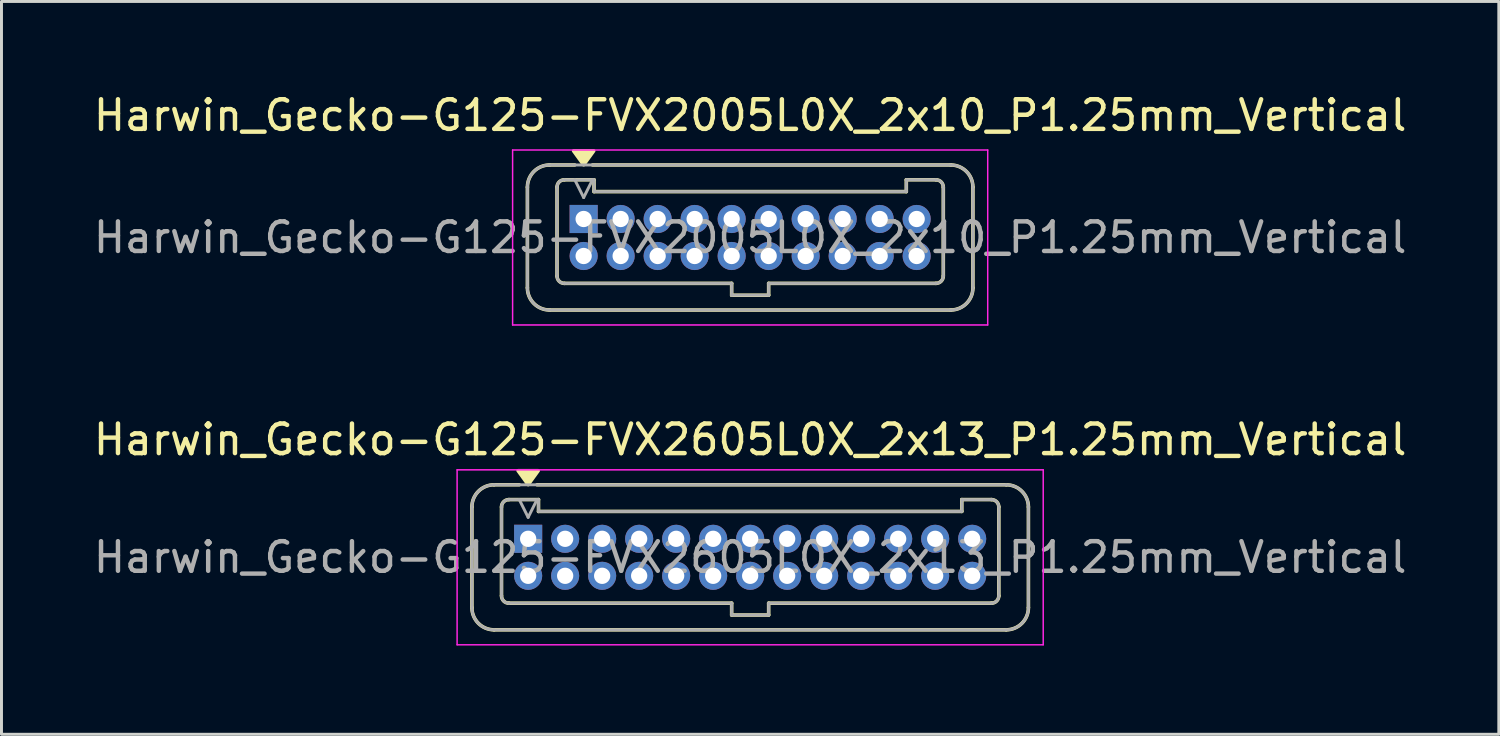
<source format=kicad_pcb>
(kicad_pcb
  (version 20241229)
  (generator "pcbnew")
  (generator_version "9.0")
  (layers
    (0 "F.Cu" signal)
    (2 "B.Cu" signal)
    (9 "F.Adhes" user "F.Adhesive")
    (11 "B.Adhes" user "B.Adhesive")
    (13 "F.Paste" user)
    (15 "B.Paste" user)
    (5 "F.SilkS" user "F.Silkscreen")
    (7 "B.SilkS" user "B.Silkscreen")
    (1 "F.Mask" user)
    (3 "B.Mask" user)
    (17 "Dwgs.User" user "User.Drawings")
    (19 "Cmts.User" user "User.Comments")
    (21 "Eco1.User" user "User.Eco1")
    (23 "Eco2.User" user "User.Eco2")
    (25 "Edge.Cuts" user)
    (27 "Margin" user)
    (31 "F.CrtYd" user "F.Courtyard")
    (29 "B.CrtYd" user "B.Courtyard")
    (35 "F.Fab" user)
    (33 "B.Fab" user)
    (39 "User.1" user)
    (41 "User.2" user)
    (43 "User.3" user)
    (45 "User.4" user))
  (footprint "Harwin_Gecko-G125-FVX2005L0X_2x10_P1.25mm_Vertical"
    (layer "F.Cu")
    (at 16.667 4.348)
    (property "Reference" "Harwin_Gecko-G125-FVX2005L0X_2x10_P1.25mm_Vertical" (at 5.625 -3.5 0) (layer "F.SilkS") (effects (font (size 1 1) (thickness 0.15))))
    (attr through_hole)
    (fp_line (start -1.9 -1.075) (end -1.9 2.325) (stroke (width 0.12) (type solid)) (layer "F.SilkS"))
    (fp_line (start -1.15 -1.825) (end -0.3 -1.825) (stroke (width 0.12) (type solid)) (layer "F.SilkS"))
    (fp_line (start -1.15 3.075) (end 12.4 3.075) (stroke (width 0.12) (type solid)) (layer "F.SilkS"))
    (fp_line (start -0.9 -1.075) (end -0.9 1.925) (stroke (width 0.12) (type solid)) (layer "F.SilkS"))
    (fp_line (start -0.65 -1.325) (end 0.35 -1.325) (stroke (width 0.12) (type solid)) (layer "F.SilkS"))
    (fp_line (start -0.65 2.175) (end 5 2.175) (stroke (width 0.12) (type solid)) (layer "F.SilkS"))
    (fp_line (start 0.3 -1.825) (end 12.4 -1.825) (stroke (width 0.12) (type solid)) (layer "F.SilkS"))
    (fp_line (start 0.35 -1.325) (end 0.35 -0.925) (stroke (width 0.12) (type solid)) (layer "F.SilkS"))
    (fp_line (start 0.35 -0.925) (end 10.9 -0.925) (stroke (width 0.12) (type solid)) (layer "F.SilkS"))
    (fp_line (start 5 2.175) (end 5 2.575) (stroke (width 0.12) (type solid)) (layer "F.SilkS"))
    (fp_line (start 5 2.575) (end 6.25 2.575) (stroke (width 0.12) (type solid)) (layer "F.SilkS"))
    (fp_line (start 6.25 2.175) (end 11.9 2.175) (stroke (width 0.12) (type solid)) (layer "F.SilkS"))
    (fp_line (start 6.25 2.575) (end 6.25 2.175) (stroke (width 0.12) (type solid)) (layer "F.SilkS"))
    (fp_line (start 10.9 -1.325) (end 11.9 -1.325) (stroke (width 0.12) (type solid)) (layer "F.SilkS"))
    (fp_line (start 10.9 -0.925) (end 10.9 -1.325) (stroke (width 0.12) (type solid)) (layer "F.SilkS"))
    (fp_line (start 12.15 -1.075) (end 12.15 1.925) (stroke (width 0.12) (type solid)) (layer "F.SilkS"))
    (fp_line (start 13.15 -1.075) (end 13.15 2.325) (stroke (width 0.12) (type solid)) (layer "F.SilkS"))
    (fp_arc (start -1.9 -1.075) (mid -1.68033 -1.60533) (end -1.15 -1.825) (stroke (width 0.12) (type solid)) (layer "F.SilkS"))
    (fp_arc (start -1.15 3.075) (mid -1.68033 2.85533) (end -1.9 2.325) (stroke (width 0.12) (type solid)) (layer "F.SilkS"))
    (fp_arc (start -0.9 -1.075) (mid -0.826777 -1.251777) (end -0.65 -1.325) (stroke (width 0.12) (type solid)) (layer "F.SilkS"))
    (fp_arc (start -0.65 2.175) (mid -0.826777 2.101777) (end -0.9 1.925) (stroke (width 0.12) (type solid)) (layer "F.SilkS"))
    (fp_arc (start 11.9 -1.325) (mid 12.076777 -1.251777) (end 12.15 -1.075) (stroke (width 0.12) (type solid)) (layer "F.SilkS"))
    (fp_arc (start 12.15 1.925) (mid 12.076777 2.101777) (end 11.9 2.175) (stroke (width 0.12) (type solid)) (layer "F.SilkS"))
    (fp_arc (start 12.4 -1.825) (mid 12.93033 -1.60533) (end 13.15 -1.075) (stroke (width 0.12) (type solid)) (layer "F.SilkS"))
    (fp_arc (start 13.15 2.325) (mid 12.93033 2.85533) (end 12.4 3.075) (stroke (width 0.12) (type solid)) (layer "F.SilkS"))
    (fp_poly (pts (xy 0 -1.83) (xy -0.34 -2.3) (xy 0.34 -2.3) (xy 0 -1.83)) (stroke (width 0.12) (type solid)) (fill yes) (layer "F.SilkS"))
    (fp_line (start -2.4 -2.33) (end -2.4 3.58) (stroke (width 0.05) (type solid)) (layer "F.CrtYd"))
    (fp_line (start -2.4 3.58) (end 13.65 3.58) (stroke (width 0.05) (type solid)) (layer "F.CrtYd"))
    (fp_line (start 13.65 -2.33) (end -2.4 -2.33) (stroke (width 0.05) (type solid)) (layer "F.CrtYd"))
    (fp_line (start 13.65 3.58) (end 13.65 -2.33) (stroke (width 0.05) (type solid)) (layer "F.CrtYd"))
    (fp_line (start -1.9 -1.075) (end -1.9 2.325) (stroke (width 0.1) (type solid)) (layer "F.Fab"))
    (fp_line (start -1.15 -1.825) (end 12.4 -1.825) (stroke (width 0.1) (type solid)) (layer "F.Fab"))
    (fp_line (start -1.15 3.075) (end 12.4 3.075) (stroke (width 0.1) (type solid)) (layer "F.Fab"))
    (fp_line (start -0.9 -1.075) (end -0.9 1.925) (stroke (width 0.1) (type solid)) (layer "F.Fab"))
    (fp_line (start -0.65 -1.325) (end 0.35 -1.325) (stroke (width 0.1) (type solid)) (layer "F.Fab"))
    (fp_line (start -0.65 2.175) (end 5 2.175) (stroke (width 0.1) (type solid)) (layer "F.Fab"))
    (fp_line (start 0 -0.725) (end -0.3 -1.325) (stroke (width 0.1) (type solid)) (layer "F.Fab"))
    (fp_line (start 0.3 -1.325) (end 0 -0.725) (stroke (width 0.1) (type solid)) (layer "F.Fab"))
    (fp_line (start 0.35 -1.325) (end 0.35 -0.925) (stroke (width 0.1) (type solid)) (layer "F.Fab"))
    (fp_line (start 0.35 -0.925) (end 10.9 -0.925) (stroke (width 0.1) (type solid)) (layer "F.Fab"))
    (fp_line (start 5 2.175) (end 5 2.575) (stroke (width 0.1) (type solid)) (layer "F.Fab"))
    (fp_line (start 5 2.575) (end 6.25 2.575) (stroke (width 0.1) (type solid)) (layer "F.Fab"))
    (fp_line (start 6.25 2.175) (end 11.9 2.175) (stroke (width 0.1) (type solid)) (layer "F.Fab"))
    (fp_line (start 6.25 2.575) (end 6.25 2.175) (stroke (width 0.1) (type solid)) (layer "F.Fab"))
    (fp_line (start 10.9 -1.325) (end 11.9 -1.325) (stroke (width 0.1) (type solid)) (layer "F.Fab"))
    (fp_line (start 10.9 -0.925) (end 10.9 -1.325) (stroke (width 0.1) (type solid)) (layer "F.Fab"))
    (fp_line (start 12.15 -1.075) (end 12.15 1.925) (stroke (width 0.1) (type solid)) (layer "F.Fab"))
    (fp_line (start 13.15 -1.075) (end 13.15 2.325) (stroke (width 0.1) (type solid)) (layer "F.Fab"))
    (fp_arc (start -1.9 -1.075) (mid -1.68033 -1.60533) (end -1.15 -1.825) (stroke (width 0.1) (type solid)) (layer "F.Fab"))
    (fp_arc (start -1.15 3.075) (mid -1.68033 2.85533) (end -1.9 2.325) (stroke (width 0.1) (type solid)) (layer "F.Fab"))
    (fp_arc (start -0.9 -1.075) (mid -0.826777 -1.251777) (end -0.65 -1.325) (stroke (width 0.1) (type solid)) (layer "F.Fab"))
    (fp_arc (start -0.65 2.175) (mid -0.826777 2.101777) (end -0.9 1.925) (stroke (width 0.1) (type solid)) (layer "F.Fab"))
    (fp_arc (start 11.9 -1.325) (mid 12.076777 -1.251777) (end 12.15 -1.075) (stroke (width 0.1) (type solid)) (layer "F.Fab"))
    (fp_arc (start 12.15 1.925) (mid 12.076777 2.101777) (end 11.9 2.175) (stroke (width 0.1) (type solid)) (layer "F.Fab"))
    (fp_arc (start 12.4 -1.825) (mid 12.93033 -1.60533) (end 13.15 -1.075) (stroke (width 0.1) (type solid)) (layer "F.Fab"))
    (fp_arc (start 13.15 2.325) (mid 12.93033 2.85533) (end 12.4 3.075) (stroke (width 0.1) (type solid)) (layer "F.Fab"))
    (fp_text user "${REFERENCE}" (at 5.625 0.625 0) (layer "F.Fab") (effects (font (size 1 1) (thickness 0.15))))
    (pad "1" thru_hole rect (at 0 0) (size 0.95 0.95) (drill 0.55) (layers "*.Cu" "*.Mask"))
    (pad "2" thru_hole circle (at 1.25 0) (size 0.95 0.95) (drill 0.55) (layers "*.Cu" "*.Mask"))
    (pad "3" thru_hole circle (at 2.5 0) (size 0.95 0.95) (drill 0.55) (layers "*.Cu" "*.Mask"))
    (pad "4" thru_hole circle (at 3.75 0) (size 0.95 0.95) (drill 0.55) (layers "*.Cu" "*.Mask"))
    (pad "5" thru_hole circle (at 5 0) (size 0.95 0.95) (drill 0.55) (layers "*.Cu" "*.Mask"))
    (pad "6" thru_hole circle (at 6.25 0) (size 0.95 0.95) (drill 0.55) (layers "*.Cu" "*.Mask"))
    (pad "7" thru_hole circle (at 7.5 0) (size 0.95 0.95) (drill 0.55) (layers "*.Cu" "*.Mask"))
    (pad "8" thru_hole circle (at 8.75 0) (size 0.95 0.95) (drill 0.55) (layers "*.Cu" "*.Mask"))
    (pad "9" thru_hole circle (at 10 0) (size 0.95 0.95) (drill 0.55) (layers "*.Cu" "*.Mask"))
    (pad "10" thru_hole circle (at 11.25 0) (size 0.95 0.95) (drill 0.55) (layers "*.Cu" "*.Mask"))
    (pad "11" thru_hole circle (at 0 1.25) (size 0.95 0.95) (drill 0.55) (layers "*.Cu" "*.Mask"))
    (pad "12" thru_hole circle (at 1.25 1.25) (size 0.95 0.95) (drill 0.55) (layers "*.Cu" "*.Mask"))
    (pad "13" thru_hole circle (at 2.5 1.25) (size 0.95 0.95) (drill 0.55) (layers "*.Cu" "*.Mask"))
    (pad "14" thru_hole circle (at 3.75 1.25) (size 0.95 0.95) (drill 0.55) (layers "*.Cu" "*.Mask"))
    (pad "15" thru_hole circle (at 5 1.25) (size 0.95 0.95) (drill 0.55) (layers "*.Cu" "*.Mask"))
    (pad "16" thru_hole circle (at 6.25 1.25) (size 0.95 0.95) (drill 0.55) (layers "*.Cu" "*.Mask"))
    (pad "17" thru_hole circle (at 7.5 1.25) (size 0.95 0.95) (drill 0.55) (layers "*.Cu" "*.Mask"))
    (pad "18" thru_hole circle (at 8.75 1.25) (size 0.95 0.95) (drill 0.55) (layers "*.Cu" "*.Mask"))
    (pad "19" thru_hole circle (at 10 1.25) (size 0.95 0.95) (drill 0.55) (layers "*.Cu" "*.Mask"))
    (pad "20" thru_hole circle (at 11.25 1.25) (size 0.95 0.95) (drill 0.55) (layers "*.Cu" "*.Mask")))
  (footprint "Harwin_Gecko-G125-FVX2605L0X_2x13_P1.25mm_Vertical"
    (layer "F.Cu")
    (at 14.792 15.152)
    (property "Reference" "Harwin_Gecko-G125-FVX2605L0X_2x13_P1.25mm_Vertical" (at 7.5 -3.35 0) (layer "F.SilkS") (effects (font (size 1 1) (thickness 0.15))))
    (attr through_hole)
    (fp_line (start -1.9 -1.075) (end -1.9 2.325) (stroke (width 0.12) (type solid)) (layer "F.SilkS"))
    (fp_line (start -1.15 -1.825) (end -0.3 -1.825) (stroke (width 0.12) (type solid)) (layer "F.SilkS"))
    (fp_line (start -1.15 3.075) (end 16.15 3.075) (stroke (width 0.12) (type solid)) (layer "F.SilkS"))
    (fp_line (start -0.9 -1.075) (end -0.9 1.925) (stroke (width 0.12) (type solid)) (layer "F.SilkS"))
    (fp_line (start -0.65 -1.325) (end 0.35 -1.325) (stroke (width 0.12) (type solid)) (layer "F.SilkS"))
    (fp_line (start -0.65 2.175) (end 6.875 2.175) (stroke (width 0.12) (type solid)) (layer "F.SilkS"))
    (fp_line (start 0.3 -1.825) (end 16.15 -1.825) (stroke (width 0.12) (type solid)) (layer "F.SilkS"))
    (fp_line (start 0.35 -1.325) (end 0.35 -0.925) (stroke (width 0.12) (type solid)) (layer "F.SilkS"))
    (fp_line (start 0.35 -0.925) (end 14.65 -0.925) (stroke (width 0.12) (type solid)) (layer "F.SilkS"))
    (fp_line (start 6.875 2.175) (end 6.875 2.575) (stroke (width 0.12) (type solid)) (layer "F.SilkS"))
    (fp_line (start 6.875 2.575) (end 8.125 2.575) (stroke (width 0.12) (type solid)) (layer "F.SilkS"))
    (fp_line (start 8.125 2.175) (end 15.65 2.175) (stroke (width 0.12) (type solid)) (layer "F.SilkS"))
    (fp_line (start 8.125 2.575) (end 8.125 2.175) (stroke (width 0.12) (type solid)) (layer "F.SilkS"))
    (fp_line (start 14.65 -1.325) (end 15.65 -1.325) (stroke (width 0.12) (type solid)) (layer "F.SilkS"))
    (fp_line (start 14.65 -0.925) (end 14.65 -1.325) (stroke (width 0.12) (type solid)) (layer "F.SilkS"))
    (fp_line (start 15.9 -1.075) (end 15.9 1.925) (stroke (width 0.12) (type solid)) (layer "F.SilkS"))
    (fp_line (start 16.9 -1.075) (end 16.9 2.325) (stroke (width 0.12) (type solid)) (layer "F.SilkS"))
    (fp_arc (start -1.9 -1.075) (mid -1.68033 -1.60533) (end -1.15 -1.825) (stroke (width 0.12) (type solid)) (layer "F.SilkS"))
    (fp_arc (start -1.15 3.075) (mid -1.68033 2.85533) (end -1.9 2.325) (stroke (width 0.12) (type solid)) (layer "F.SilkS"))
    (fp_arc (start -0.9 -1.075) (mid -0.826777 -1.251777) (end -0.65 -1.325) (stroke (width 0.12) (type solid)) (layer "F.SilkS"))
    (fp_arc (start -0.65 2.175) (mid -0.826777 2.101777) (end -0.9 1.925) (stroke (width 0.12) (type solid)) (layer "F.SilkS"))
    (fp_arc (start 15.65 -1.325) (mid 15.826777 -1.251777) (end 15.9 -1.075) (stroke (width 0.12) (type solid)) (layer "F.SilkS"))
    (fp_arc (start 15.9 1.925) (mid 15.826777 2.101777) (end 15.65 2.175) (stroke (width 0.12) (type solid)) (layer "F.SilkS"))
    (fp_arc (start 16.15 -1.825) (mid 16.68033 -1.60533) (end 16.9 -1.075) (stroke (width 0.12) (type solid)) (layer "F.SilkS"))
    (fp_arc (start 16.9 2.325) (mid 16.68033 2.85533) (end 16.15 3.075) (stroke (width 0.12) (type solid)) (layer "F.SilkS"))
    (fp_poly (pts (xy 0 -1.83) (xy -0.34 -2.3) (xy 0.34 -2.3) (xy 0 -1.83)) (stroke (width 0.12) (type solid)) (fill yes) (layer "F.SilkS"))
    (fp_line (start -2.4 -2.33) (end -2.4 3.58) (stroke (width 0.05) (type solid)) (layer "F.CrtYd"))
    (fp_line (start -2.4 3.58) (end 17.4 3.58) (stroke (width 0.05) (type solid)) (layer "F.CrtYd"))
    (fp_line (start 17.4 -2.33) (end -2.4 -2.33) (stroke (width 0.05) (type solid)) (layer "F.CrtYd"))
    (fp_line (start 17.4 3.58) (end 17.4 -2.33) (stroke (width 0.05) (type solid)) (layer "F.CrtYd"))
    (fp_line (start -1.9 -1.075) (end -1.9 2.325) (stroke (width 0.1) (type solid)) (layer "F.Fab"))
    (fp_line (start -1.15 -1.825) (end 16.15 -1.825) (stroke (width 0.1) (type solid)) (layer "F.Fab"))
    (fp_line (start -1.15 3.075) (end 16.15 3.075) (stroke (width 0.1) (type solid)) (layer "F.Fab"))
    (fp_line (start -0.9 -1.075) (end -0.9 1.925) (stroke (width 0.1) (type solid)) (layer "F.Fab"))
    (fp_line (start -0.65 -1.325) (end 0.35 -1.325) (stroke (width 0.1) (type solid)) (layer "F.Fab"))
    (fp_line (start -0.65 2.175) (end 6.875 2.175) (stroke (width 0.1) (type solid)) (layer "F.Fab"))
    (fp_line (start 0 -0.725) (end -0.3 -1.325) (stroke (width 0.1) (type solid)) (layer "F.Fab"))
    (fp_line (start 0.3 -1.325) (end 0 -0.725) (stroke (width 0.1) (type solid)) (layer "F.Fab"))
    (fp_line (start 0.35 -1.325) (end 0.35 -0.925) (stroke (width 0.1) (type solid)) (layer "F.Fab"))
    (fp_line (start 0.35 -0.925) (end 14.65 -0.925) (stroke (width 0.1) (type solid)) (layer "F.Fab"))
    (fp_line (start 6.875 2.175) (end 6.875 2.575) (stroke (width 0.1) (type solid)) (layer "F.Fab"))
    (fp_line (start 6.875 2.575) (end 8.125 2.575) (stroke (width 0.1) (type solid)) (layer "F.Fab"))
    (fp_line (start 8.125 2.175) (end 15.65 2.175) (stroke (width 0.1) (type solid)) (layer "F.Fab"))
    (fp_line (start 8.125 2.575) (end 8.125 2.175) (stroke (width 0.1) (type solid)) (layer "F.Fab"))
    (fp_line (start 14.65 -1.325) (end 15.65 -1.325) (stroke (width 0.1) (type solid)) (layer "F.Fab"))
    (fp_line (start 14.65 -0.925) (end 14.65 -1.325) (stroke (width 0.1) (type solid)) (layer "F.Fab"))
    (fp_line (start 15.9 -1.075) (end 15.9 1.925) (stroke (width 0.1) (type solid)) (layer "F.Fab"))
    (fp_line (start 16.9 -1.075) (end 16.9 2.325) (stroke (width 0.1) (type solid)) (layer "F.Fab"))
    (fp_arc (start -1.9 -1.075) (mid -1.68033 -1.60533) (end -1.15 -1.825) (stroke (width 0.1) (type solid)) (layer "F.Fab"))
    (fp_arc (start -1.15 3.075) (mid -1.68033 2.85533) (end -1.9 2.325) (stroke (width 0.1) (type solid)) (layer "F.Fab"))
    (fp_arc (start -0.9 -1.075) (mid -0.826777 -1.251777) (end -0.65 -1.325) (stroke (width 0.1) (type solid)) (layer "F.Fab"))
    (fp_arc (start -0.65 2.175) (mid -0.826777 2.101777) (end -0.9 1.925) (stroke (width 0.1) (type solid)) (layer "F.Fab"))
    (fp_arc (start 15.65 -1.325) (mid 15.826777 -1.251777) (end 15.9 -1.075) (stroke (width 0.1) (type solid)) (layer "F.Fab"))
    (fp_arc (start 15.9 1.925) (mid 15.826777 2.101777) (end 15.65 2.175) (stroke (width 0.1) (type solid)) (layer "F.Fab"))
    (fp_arc (start 16.15 -1.825) (mid 16.68033 -1.60533) (end 16.9 -1.075) (stroke (width 0.1) (type solid)) (layer "F.Fab"))
    (fp_arc (start 16.9 2.325) (mid 16.68033 2.85533) (end 16.15 3.075) (stroke (width 0.1) (type solid)) (layer "F.Fab"))
    (fp_text user "${REFERENCE}" (at 7.5 0.625 0) (layer "F.Fab") (effects (font (size 1 1) (thickness 0.15))))
    (pad "1" thru_hole rect (at 0 0) (size 0.95 0.95) (drill 0.55) (layers "*.Cu" "*.Mask"))
    (pad "2" thru_hole circle (at 1.25 0) (size 0.95 0.95) (drill 0.55) (layers "*.Cu" "*.Mask"))
    (pad "3" thru_hole circle (at 2.5 0) (size 0.95 0.95) (drill 0.55) (layers "*.Cu" "*.Mask"))
    (pad "4" thru_hole circle (at 3.75 0) (size 0.95 0.95) (drill 0.55) (layers "*.Cu" "*.Mask"))
    (pad "5" thru_hole circle (at 5 0) (size 0.95 0.95) (drill 0.55) (layers "*.Cu" "*.Mask"))
    (pad "6" thru_hole circle (at 6.25 0) (size 0.95 0.95) (drill 0.55) (layers "*.Cu" "*.Mask"))
    (pad "7" thru_hole circle (at 7.5 0) (size 0.95 0.95) (drill 0.55) (layers "*.Cu" "*.Mask"))
    (pad "8" thru_hole circle (at 8.75 0) (size 0.95 0.95) (drill 0.55) (layers "*.Cu" "*.Mask"))
    (pad "9" thru_hole circle (at 10 0) (size 0.95 0.95) (drill 0.55) (layers "*.Cu" "*.Mask"))
    (pad "10" thru_hole circle (at 11.25 0) (size 0.95 0.95) (drill 0.55) (layers "*.Cu" "*.Mask"))
    (pad "11" thru_hole circle (at 12.5 0) (size 0.95 0.95) (drill 0.55) (layers "*.Cu" "*.Mask"))
    (pad "12" thru_hole circle (at 13.75 0) (size 0.95 0.95) (drill 0.55) (layers "*.Cu" "*.Mask"))
    (pad "13" thru_hole circle (at 15 0) (size 0.95 0.95) (drill 0.55) (layers "*.Cu" "*.Mask"))
    (pad "14" thru_hole circle (at 0 1.25) (size 0.95 0.95) (drill 0.55) (layers "*.Cu" "*.Mask"))
    (pad "15" thru_hole circle (at 1.25 1.25) (size 0.95 0.95) (drill 0.55) (layers "*.Cu" "*.Mask"))
    (pad "16" thru_hole circle (at 2.5 1.25) (size 0.95 0.95) (drill 0.55) (layers "*.Cu" "*.Mask"))
    (pad "17" thru_hole circle (at 3.75 1.25) (size 0.95 0.95) (drill 0.55) (layers "*.Cu" "*.Mask"))
    (pad "18" thru_hole circle (at 5 1.25) (size 0.95 0.95) (drill 0.55) (layers "*.Cu" "*.Mask"))
    (pad "19" thru_hole circle (at 6.25 1.25) (size 0.95 0.95) (drill 0.55) (layers "*.Cu" "*.Mask"))
    (pad "20" thru_hole circle (at 7.5 1.25) (size 0.95 0.95) (drill 0.55) (layers "*.Cu" "*.Mask"))
    (pad "21" thru_hole circle (at 8.75 1.25) (size 0.95 0.95) (drill 0.55) (layers "*.Cu" "*.Mask"))
    (pad "22" thru_hole circle (at 10 1.25) (size 0.95 0.95) (drill 0.55) (layers "*.Cu" "*.Mask"))
    (pad "23" thru_hole circle (at 11.25 1.25) (size 0.95 0.95) (drill 0.55) (layers "*.Cu" "*.Mask"))
    (pad "24" thru_hole circle (at 12.5 1.25) (size 0.95 0.95) (drill 0.55) (layers "*.Cu" "*.Mask"))
    (pad "25" thru_hole circle (at 13.75 1.25) (size 0.95 0.95) (drill 0.55) (layers "*.Cu" "*.Mask"))
    (pad "26" thru_hole circle (at 15 1.25) (size 0.95 0.95) (drill 0.55) (layers "*.Cu" "*.Mask")))
  (gr_rect
    (start -3 -3)
    (end 47.583 21.756)
    (stroke (width 0.1) (type default))
    (fill no)
    (layer "Edge.Cuts")))
</source>
